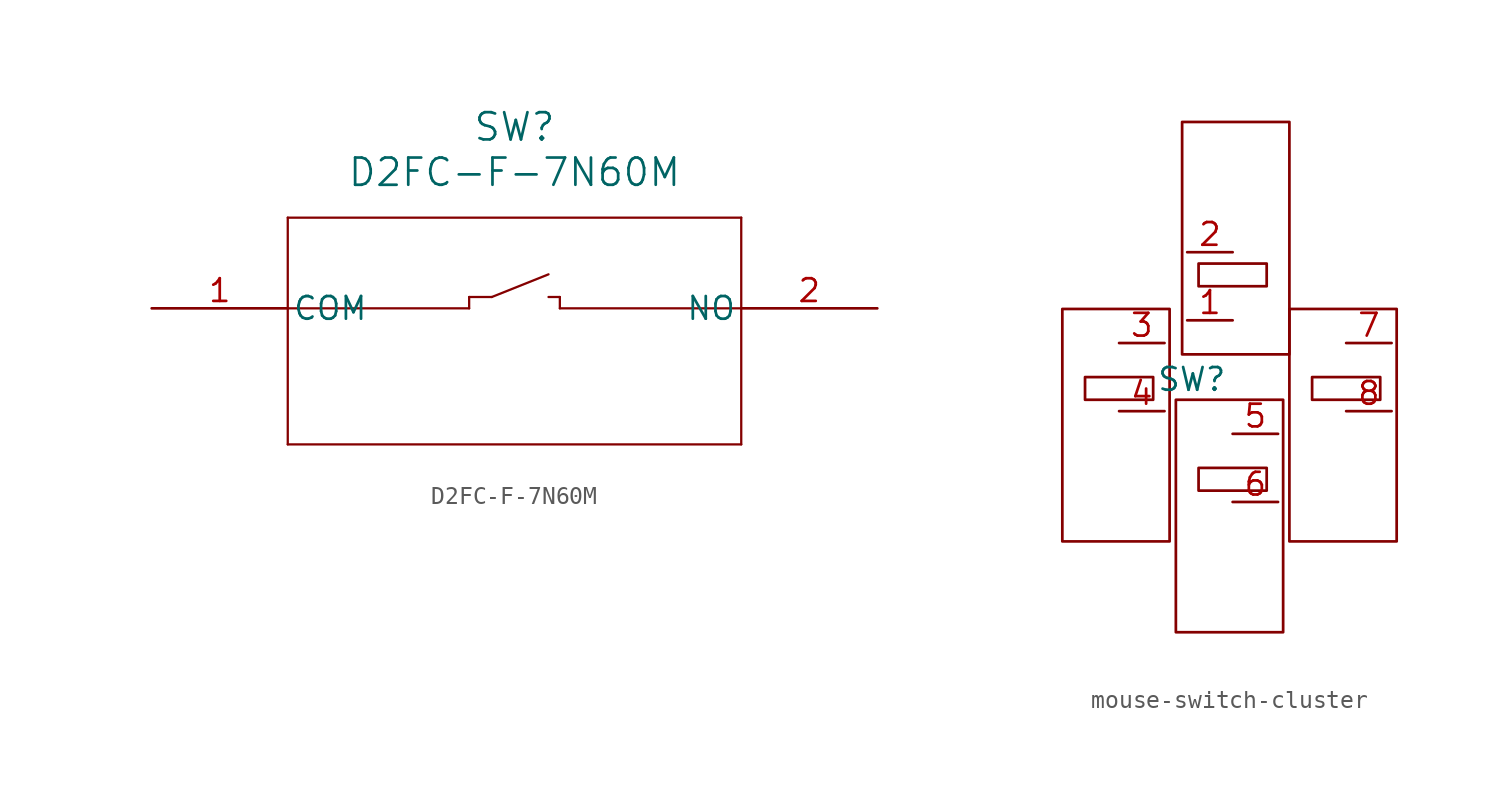
<source format=kicad_sym>
(kicad_symbol_lib
  (version 20241209)
  (generator "kicad_symbol_editor")
  (generator_version "9.99")
  (symbol "D2FC-F-7N60M"
    (pin_names
      (offset 0.254))
    (property "Reference" "SW"
      (at 20.32 10.16 0)
      (effects (font (size 1.524 1.524))))
    (property "Value" "D2FC-F-7N60M"
      (at 20.32 7.62 0)
      (effects (font (size 1.524 1.524))))
    (symbol "D2FC-F-7N60M_0_1"
      (polyline (pts (xy 7.62 5.08) (xy 7.62 -7.62)) (stroke (width 0.127) (type default)) (fill (type none)))
      (polyline (pts (xy 7.62 0) (xy 17.78 0)) (stroke (width 0.127) (type default)) (fill (type none)))
      (polyline (pts (xy 7.62 -7.62) (xy 33.02 -7.62)) (stroke (width 0.127) (type default)) (fill (type none)))
      (polyline (pts (xy 17.78 0.635) (xy 19.05 0.635)) (stroke (width 0.127) (type default)) (fill (type none)))
      (polyline (pts (xy 17.78 0) (xy 17.78 0.635)) (stroke (width 0.127) (type default)) (fill (type none)))
      (polyline (pts (xy 19.05 0.635) (xy 22.225 1.905)) (stroke (width 0.127) (type default)) (fill (type none)))
      (polyline (pts (xy 22.86 0.635) (xy 22.225 0.635)) (stroke (width 0.127) (type default)) (fill (type none)))
      (polyline (pts (xy 22.86 0) (xy 22.86 0.635)) (stroke (width 0.127) (type default)) (fill (type none)))
      (polyline (pts (xy 22.86 0) (xy 33.02 0)) (stroke (width 0.127) (type default)) (fill (type none)))
      (polyline (pts (xy 33.02 5.08) (xy 7.62 5.08)) (stroke (width 0.127) (type default)) (fill (type none)))
      (polyline (pts (xy 33.02 -7.62) (xy 33.02 5.08)) (stroke (width 0.127) (type default)) (fill (type none)))
      (pin unspecified line (at 0 0 0) (length 7.62) (name "COM" (effects (font (size 1.27 1.27)))) (number "1" (effects (font (size 1.27 1.27)))))
      (pin unspecified line (at 40.64 0 180) (length 7.62) (name "NO" (effects (font (size 1.27 1.27)))) (number "2" (effects (font (size 1.27 1.27)))))))
  (symbol "mouse-switch-cluster"
    (property "Reference" "SW"
      (at -2.286 -2.032 0)
      (effects (font (size 1.27 1.27))))
    (property "Value" ""
      (at 0 0 0)
      (effects (font (size 1.27 1.27))))
    (symbol "mouse-switch-cluster_0_1"
      (rectangle (start -8.255 -1.905) (end -4.445 -3.175) (stroke (width 0) (type default)) (fill (type none)))
      (rectangle (start -3.525 1.905) (end -9.525 -11.095) (stroke (width 0) (type default)) (fill (type none)))
      (rectangle (start -2.825 12.365) (end 3.175 -0.635) (stroke (width 0) (type default)) (fill (type none)))
      (rectangle (start -1.905 -6.985) (end 1.905 -8.255) (stroke (width 0) (type default)) (fill (type none)))
      (rectangle (start 1.905 3.175) (end -1.905 4.445) (stroke (width 0) (type default)) (fill (type none)))
      (rectangle (start 2.825 -3.175) (end -3.175 -16.175) (stroke (width 0) (type default)) (fill (type none)))
      (rectangle (start 4.445 -1.905) (end 8.255 -3.175) (stroke (width 0) (type default)) (fill (type none)))
      (rectangle (start 9.175 1.905) (end 3.175 -11.095) (stroke (width 0) (type default)) (fill (type none))))
    (symbol "mouse-switch-cluster_1_1"
      (pin free line (at -6.35 0 0) (length 2.54) (name "" (effects (font (size 1.27 1.27)))) (number "3" (effects (font (size 1.27 1.27)))))
      (pin free line (at -6.35 -3.81 0) (length 2.54) (name "" (effects (font (size 1.27 1.27)))) (number "4" (effects (font (size 1.27 1.27)))))
      (pin free line (at 0 5.08 180) (length 2.54) (name "" (effects (font (size 1.27 1.27)))) (number "2" (effects (font (size 1.27 1.27)))))
      (pin free line (at 0 1.27 180) (length 2.54) (name "" (effects (font (size 1.27 1.27)))) (number "1" (effects (font (size 1.27 1.27)))))
      (pin free line (at 0 -5.08 0) (length 2.54) (name "" (effects (font (size 1.27 1.27)))) (number "5" (effects (font (size 1.27 1.27)))))
      (pin free line (at 0 -8.89 0) (length 2.54) (name "" (effects (font (size 1.27 1.27)))) (number "6" (effects (font (size 1.27 1.27)))))
      (pin free line (at 6.35 0 0) (length 2.54) (name "" (effects (font (size 1.27 1.27)))) (number "7" (effects (font (size 1.27 1.27)))))
      (pin free line (at 6.35 -3.81 0) (length 2.54) (name "" (effects (font (size 1.27 1.27)))) (number "8" (effects (font (size 1.27 1.27))))))))
</source>
